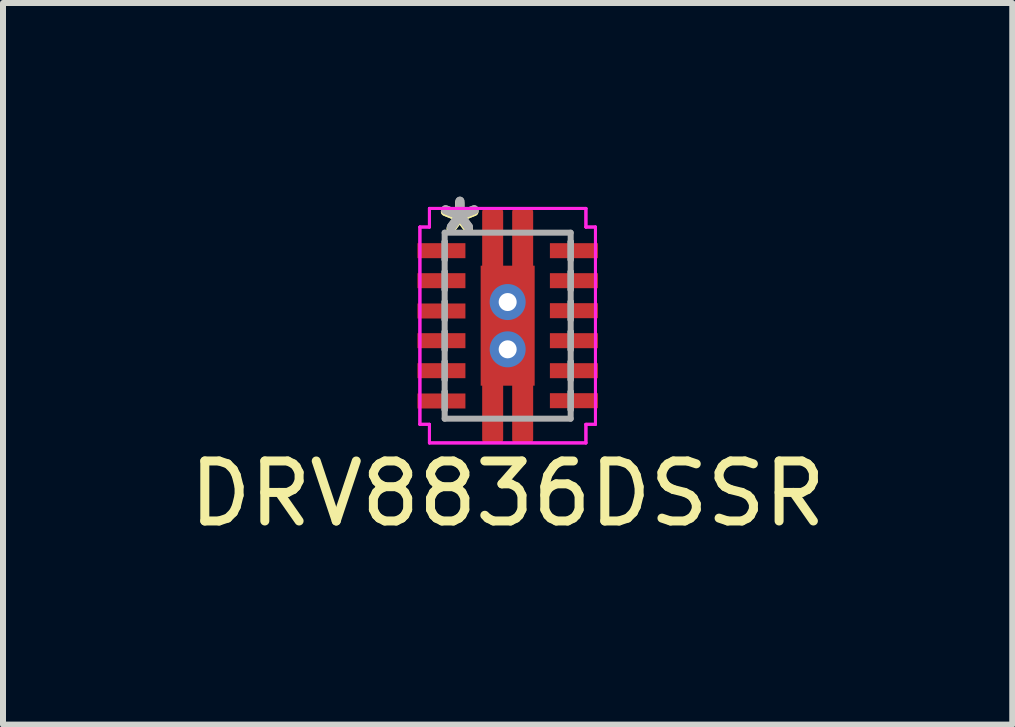
<source format=kicad_pcb>
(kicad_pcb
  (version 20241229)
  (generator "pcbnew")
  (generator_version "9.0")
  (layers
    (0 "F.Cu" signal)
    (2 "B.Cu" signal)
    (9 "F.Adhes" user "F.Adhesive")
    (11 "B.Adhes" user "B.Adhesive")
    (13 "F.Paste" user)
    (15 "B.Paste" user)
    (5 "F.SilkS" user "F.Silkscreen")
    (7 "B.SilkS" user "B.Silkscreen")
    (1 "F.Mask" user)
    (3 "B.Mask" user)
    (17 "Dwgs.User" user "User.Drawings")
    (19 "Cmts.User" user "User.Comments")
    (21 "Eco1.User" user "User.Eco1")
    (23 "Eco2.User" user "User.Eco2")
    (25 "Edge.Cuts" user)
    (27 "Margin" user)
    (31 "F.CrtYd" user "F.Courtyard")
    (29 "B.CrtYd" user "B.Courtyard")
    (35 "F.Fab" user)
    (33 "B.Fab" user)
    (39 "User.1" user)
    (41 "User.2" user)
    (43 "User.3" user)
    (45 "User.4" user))
  (footprint "DRV8836DSSR"
    (layer "F.Cu")
    (at 5.411 2.378)
    (property "Reference" "DRV8836DSSR" (at 0 2.8 0) (layer "F.SilkS") (effects (font (size 1 1) (thickness 0.15))))
    (attr through_hole)
    (fp_poly (pts (xy -0.513 -1.063) (xy -0.2 -1.063) (xy -0.2 1.063) (xy -0.513 1.063)) (stroke (width 0.1) (type solid)) (fill yes) (layer "F.Mask"))
    (fp_poly (pts (xy -0.513 -1.063) (xy 0.513 -1.063) (xy 0.513 -0.594) (xy -0.513 -0.594)) (stroke (width 0.1) (type solid)) (fill yes) (layer "F.Mask"))
    (fp_poly (pts (xy -0.513 -0.194) (xy 0.513 -0.194) (xy 0.513 0.194) (xy -0.513 0.194)) (stroke (width 0.1) (type solid)) (fill yes) (layer "F.Mask"))
    (fp_poly (pts (xy -0.513 0.594) (xy 0.513 0.594) (xy 0.513 1.063) (xy -0.513 1.063)) (stroke (width 0.1) (type solid)) (fill yes) (layer "F.Mask"))
    (fp_poly (pts (xy 0.2 -1.063) (xy 0.513 -1.063) (xy 0.513 1.063) (xy 0.2 1.063)) (stroke (width 0.1) (type solid)) (fill yes) (layer "F.Mask"))
    (fp_poly (pts (xy -1.484 -1.365) (xy -1.484 -1.135) (xy -0.734 -1.135) (xy -0.734 -1.365)) (stroke (width 0.1) (type solid)) (fill yes) (layer "F.Paste"))
    (fp_poly (pts (xy -1.484 -0.865) (xy -1.484 -0.635) (xy -0.734 -0.635) (xy -0.734 -0.865)) (stroke (width 0.1) (type solid)) (fill yes) (layer "F.Paste"))
    (fp_poly (pts (xy -1.484 -0.365) (xy -1.484 -0.135) (xy -0.734 -0.135) (xy -0.734 -0.365)) (stroke (width 0.1) (type solid)) (fill yes) (layer "F.Paste"))
    (fp_poly (pts (xy -1.484 0.135) (xy -1.484 0.365) (xy -0.734 0.365) (xy -0.734 0.135)) (stroke (width 0.1) (type solid)) (fill yes) (layer "F.Paste"))
    (fp_poly (pts (xy -1.484 0.635) (xy -1.484 0.865) (xy -0.734 0.865) (xy -0.734 0.635)) (stroke (width 0.1) (type solid)) (fill yes) (layer "F.Paste"))
    (fp_poly (pts (xy -1.484 1.135) (xy -1.484 1.365) (xy -0.734 1.365) (xy -0.734 1.135)) (stroke (width 0.1) (type solid)) (fill yes) (layer "F.Paste"))
    (fp_poly (pts (xy 0.734 -1.365) (xy 0.734 -1.135) (xy 1.484 -1.135) (xy 1.484 -1.365)) (stroke (width 0.1) (type solid)) (fill yes) (layer "F.Paste"))
    (fp_poly (pts (xy 0.734 -0.865) (xy 0.734 -0.635) (xy 1.484 -0.635) (xy 1.484 -0.865)) (stroke (width 0.1) (type solid)) (fill yes) (layer "F.Paste"))
    (fp_poly (pts (xy 0.734 -0.365) (xy 0.734 -0.135) (xy 1.484 -0.135) (xy 1.484 -0.365)) (stroke (width 0.1) (type solid)) (fill yes) (layer "F.Paste"))
    (fp_poly (pts (xy 0.734 0.135) (xy 0.734 0.365) (xy 1.484 0.365) (xy 1.484 0.135)) (stroke (width 0.1) (type solid)) (fill yes) (layer "F.Paste"))
    (fp_poly (pts (xy 0.734 0.635) (xy 0.734 0.865) (xy 1.484 0.865) (xy 1.484 0.635)) (stroke (width 0.1) (type solid)) (fill yes) (layer "F.Paste"))
    (fp_poly (pts (xy 0.734 1.135) (xy 0.734 1.365) (xy 1.484 1.365) (xy 1.484 1.135)) (stroke (width 0.1) (type solid)) (fill yes) (layer "F.Paste"))
    (fp_poly (pts (xy -0.375 -0.925) (xy -0.375 -0.494) (xy -0.241 -0.494) (xy -0.1 -0.635) (xy -0.1 -0.925)) (stroke (width 0.1) (type solid)) (fill yes) (layer "F.Paste"))
    (fp_poly (pts (xy -0.375 0.494) (xy -0.375 0.925) (xy -0.1 0.925) (xy -0.1 0.635) (xy -0.241 0.494)) (stroke (width 0.1) (type solid)) (fill yes) (layer "F.Paste"))
    (fp_poly (pts (xy 0.1 -0.925) (xy 0.1 -0.635) (xy 0.241 -0.494) (xy 0.375 -0.494) (xy 0.375 -0.925)) (stroke (width 0.1) (type solid)) (fill yes) (layer "F.Paste"))
    (fp_poly (pts (xy 0.241 0.494) (xy 0.1 0.635) (xy 0.1 0.925) (xy 0.375 0.925) (xy 0.375 0.494)) (stroke (width 0.1) (type solid)) (fill yes) (layer "F.Paste"))
    (fp_poly (pts (xy -0.375 -0.294) (xy -0.375 0.294) (xy -0.241 0.294) (xy -0.1 0.152) (xy -0.1 -0.152) (xy -0.241 -0.294)) (stroke (width 0.1) (type solid)) (fill yes) (layer "F.Paste"))
    (fp_poly (pts (xy 0.241 -0.294) (xy 0.1 -0.152) (xy 0.1 0.152) (xy 0.241 0.294) (xy 0.375 0.294) (xy 0.375 -0.294)) (stroke (width 0.1) (type solid)) (fill yes) (layer "F.Paste"))
    (fp_line (start -1.463 -1.644) (end -1.304 -1.644) (stroke (width 0.05) (type solid)) (layer "F.CrtYd"))
    (fp_line (start -1.463 -1.644) (end -1.304 -1.644) (stroke (width 0.05) (type solid)) (layer "F.CrtYd"))
    (fp_line (start -1.463 1.644) (end -1.463 -1.644) (stroke (width 0.05) (type solid)) (layer "F.CrtYd"))
    (fp_line (start -1.463 1.644) (end -1.463 -1.644) (stroke (width 0.05) (type solid)) (layer "F.CrtYd"))
    (fp_line (start -1.463 1.644) (end -1.304 1.644) (stroke (width 0.05) (type solid)) (layer "F.CrtYd"))
    (fp_line (start -1.304 -1.954) (end 1.304 -1.954) (stroke (width 0.05) (type solid)) (layer "F.CrtYd"))
    (fp_line (start -1.304 -1.954) (end 1.304 -1.954) (stroke (width 0.05) (type solid)) (layer "F.CrtYd"))
    (fp_line (start -1.304 -1.644) (end -1.304 -1.954) (stroke (width 0.05) (type solid)) (layer "F.CrtYd"))
    (fp_line (start -1.304 -1.644) (end -1.304 -1.954) (stroke (width 0.05) (type solid)) (layer "F.CrtYd"))
    (fp_line (start -1.304 1.644) (end -1.463 1.644) (stroke (width 0.05) (type solid)) (layer "F.CrtYd"))
    (fp_line (start -1.304 1.954) (end -1.304 1.644) (stroke (width 0.05) (type solid)) (layer "F.CrtYd"))
    (fp_line (start -1.304 1.954) (end -1.304 1.644) (stroke (width 0.05) (type solid)) (layer "F.CrtYd"))
    (fp_line (start 1.304 -1.954) (end 1.304 -1.644) (stroke (width 0.05) (type solid)) (layer "F.CrtYd"))
    (fp_line (start 1.304 -1.954) (end 1.304 -1.644) (stroke (width 0.05) (type solid)) (layer "F.CrtYd"))
    (fp_line (start 1.304 -1.644) (end 1.463 -1.644) (stroke (width 0.05) (type solid)) (layer "F.CrtYd"))
    (fp_line (start 1.304 1.644) (end 1.304 1.954) (stroke (width 0.05) (type solid)) (layer "F.CrtYd"))
    (fp_line (start 1.304 1.644) (end 1.304 1.954) (stroke (width 0.05) (type solid)) (layer "F.CrtYd"))
    (fp_line (start 1.304 1.954) (end -1.304 1.954) (stroke (width 0.05) (type solid)) (layer "F.CrtYd"))
    (fp_line (start 1.304 1.954) (end -1.304 1.954) (stroke (width 0.05) (type solid)) (layer "F.CrtYd"))
    (fp_line (start 1.463 -1.644) (end 1.304 -1.644) (stroke (width 0.05) (type solid)) (layer "F.CrtYd"))
    (fp_line (start 1.463 -1.644) (end 1.463 1.644) (stroke (width 0.05) (type solid)) (layer "F.CrtYd"))
    (fp_line (start 1.463 -1.644) (end 1.463 1.644) (stroke (width 0.05) (type solid)) (layer "F.CrtYd"))
    (fp_line (start 1.463 1.644) (end 1.304 1.644) (stroke (width 0.05) (type solid)) (layer "F.CrtYd"))
    (fp_line (start 1.463 1.644) (end 1.304 1.644) (stroke (width 0.05) (type solid)) (layer "F.CrtYd"))
    (fp_line (start -1.05 -1.55) (end -1.05 1.55) (stroke (width 0.1) (type solid)) (layer "F.Fab"))
    (fp_line (start -1.05 -1.4) (end -1.05 -1.4) (stroke (width 0.1) (type solid)) (layer "F.Fab"))
    (fp_line (start -1.05 -1.4) (end -1.05 -1.1) (stroke (width 0.1) (type solid)) (layer "F.Fab"))
    (fp_line (start -1.05 -1.1) (end -1.05 -1.4) (stroke (width 0.1) (type solid)) (layer "F.Fab"))
    (fp_line (start -1.05 -1.1) (end -1.05 -1.1) (stroke (width 0.1) (type solid)) (layer "F.Fab"))
    (fp_line (start -1.05 -0.9) (end -1.05 -0.9) (stroke (width 0.1) (type solid)) (layer "F.Fab"))
    (fp_line (start -1.05 -0.9) (end -1.05 -0.6) (stroke (width 0.1) (type solid)) (layer "F.Fab"))
    (fp_line (start -1.05 -0.6) (end -1.05 -0.9) (stroke (width 0.1) (type solid)) (layer "F.Fab"))
    (fp_line (start -1.05 -0.6) (end -1.05 -0.6) (stroke (width 0.1) (type solid)) (layer "F.Fab"))
    (fp_line (start -1.05 -0.4) (end -1.05 -0.4) (stroke (width 0.1) (type solid)) (layer "F.Fab"))
    (fp_line (start -1.05 -0.4) (end -1.05 -0.1) (stroke (width 0.1) (type solid)) (layer "F.Fab"))
    (fp_line (start -1.05 -0.1) (end -1.05 -0.4) (stroke (width 0.1) (type solid)) (layer "F.Fab"))
    (fp_line (start -1.05 -0.1) (end -1.05 -0.1) (stroke (width 0.1) (type solid)) (layer "F.Fab"))
    (fp_line (start -1.05 0.1) (end -1.05 0.1) (stroke (width 0.1) (type solid)) (layer "F.Fab"))
    (fp_line (start -1.05 0.1) (end -1.05 0.4) (stroke (width 0.1) (type solid)) (layer "F.Fab"))
    (fp_line (start -1.05 0.4) (end -1.05 0.1) (stroke (width 0.1) (type solid)) (layer "F.Fab"))
    (fp_line (start -1.05 0.4) (end -1.05 0.4) (stroke (width 0.1) (type solid)) (layer "F.Fab"))
    (fp_line (start -1.05 0.6) (end -1.05 0.6) (stroke (width 0.1) (type solid)) (layer "F.Fab"))
    (fp_line (start -1.05 0.6) (end -1.05 0.9) (stroke (width 0.1) (type solid)) (layer "F.Fab"))
    (fp_line (start -1.05 0.9) (end -1.05 0.6) (stroke (width 0.1) (type solid)) (layer "F.Fab"))
    (fp_line (start -1.05 0.9) (end -1.05 0.9) (stroke (width 0.1) (type solid)) (layer "F.Fab"))
    (fp_line (start -1.05 1.1) (end -1.05 1.1) (stroke (width 0.1) (type solid)) (layer "F.Fab"))
    (fp_line (start -1.05 1.1) (end -1.05 1.4) (stroke (width 0.1) (type solid)) (layer "F.Fab"))
    (fp_line (start -1.05 1.4) (end -1.05 1.1) (stroke (width 0.1) (type solid)) (layer "F.Fab"))
    (fp_line (start -1.05 1.4) (end -1.05 1.4) (stroke (width 0.1) (type solid)) (layer "F.Fab"))
    (fp_line (start -1.05 1.55) (end 1.05 1.55) (stroke (width 0.1) (type solid)) (layer "F.Fab"))
    (fp_line (start 1.05 -1.55) (end -1.05 -1.55) (stroke (width 0.1) (type solid)) (layer "F.Fab"))
    (fp_line (start 1.05 -1.4) (end 1.05 -1.4) (stroke (width 0.1) (type solid)) (layer "F.Fab"))
    (fp_line (start 1.05 -1.4) (end 1.05 -1.1) (stroke (width 0.1) (type solid)) (layer "F.Fab"))
    (fp_line (start 1.05 -1.1) (end 1.05 -1.4) (stroke (width 0.1) (type solid)) (layer "F.Fab"))
    (fp_line (start 1.05 -1.1) (end 1.05 -1.1) (stroke (width 0.1) (type solid)) (layer "F.Fab"))
    (fp_line (start 1.05 -0.9) (end 1.05 -0.9) (stroke (width 0.1) (type solid)) (layer "F.Fab"))
    (fp_line (start 1.05 -0.9) (end 1.05 -0.6) (stroke (width 0.1) (type solid)) (layer "F.Fab"))
    (fp_line (start 1.05 -0.6) (end 1.05 -0.9) (stroke (width 0.1) (type solid)) (layer "F.Fab"))
    (fp_line (start 1.05 -0.6) (end 1.05 -0.6) (stroke (width 0.1) (type solid)) (layer "F.Fab"))
    (fp_line (start 1.05 -0.4) (end 1.05 -0.4) (stroke (width 0.1) (type solid)) (layer "F.Fab"))
    (fp_line (start 1.05 -0.4) (end 1.05 -0.1) (stroke (width 0.1) (type solid)) (layer "F.Fab"))
    (fp_line (start 1.05 -0.1) (end 1.05 -0.4) (stroke (width 0.1) (type solid)) (layer "F.Fab"))
    (fp_line (start 1.05 -0.1) (end 1.05 -0.1) (stroke (width 0.1) (type solid)) (layer "F.Fab"))
    (fp_line (start 1.05 0.1) (end 1.05 0.1) (stroke (width 0.1) (type solid)) (layer "F.Fab"))
    (fp_line (start 1.05 0.1) (end 1.05 0.4) (stroke (width 0.1) (type solid)) (layer "F.Fab"))
    (fp_line (start 1.05 0.4) (end 1.05 0.1) (stroke (width 0.1) (type solid)) (layer "F.Fab"))
    (fp_line (start 1.05 0.4) (end 1.05 0.4) (stroke (width 0.1) (type solid)) (layer "F.Fab"))
    (fp_line (start 1.05 0.6) (end 1.05 0.6) (stroke (width 0.1) (type solid)) (layer "F.Fab"))
    (fp_line (start 1.05 0.6) (end 1.05 0.9) (stroke (width 0.1) (type solid)) (layer "F.Fab"))
    (fp_line (start 1.05 0.9) (end 1.05 0.6) (stroke (width 0.1) (type solid)) (layer "F.Fab"))
    (fp_line (start 1.05 0.9) (end 1.05 0.9) (stroke (width 0.1) (type solid)) (layer "F.Fab"))
    (fp_line (start 1.05 1.1) (end 1.05 1.1) (stroke (width 0.1) (type solid)) (layer "F.Fab"))
    (fp_line (start 1.05 1.1) (end 1.05 1.4) (stroke (width 0.1) (type solid)) (layer "F.Fab"))
    (fp_line (start 1.05 1.4) (end 1.05 1.1) (stroke (width 0.1) (type solid)) (layer "F.Fab"))
    (fp_line (start 1.05 1.4) (end 1.05 1.4) (stroke (width 0.1) (type solid)) (layer "F.Fab"))
    (fp_line (start 1.05 1.55) (end 1.05 -1.55) (stroke (width 0.1) (type solid)) (layer "F.Fab"))
    (fp_text user "*" (at -0.8 -1.5 0) (layer "F.SilkS") (effects (font (size 1 1) (thickness 0.15))))
    (fp_text user "*" (at -0.8 -1.5 0) (layer "F.SilkS") (effects (font (size 1 1) (thickness 0.15))))
    (fp_text user "*" (at -0.796 -1.53 0) (layer "F.Fab") (effects (font (size 1 1) (thickness 0.15))))
    (fp_text user "*" (at -0.796 -1.53 0) (layer "F.Fab") (effects (font (size 1 1) (thickness 0.15))))
    (pad "1" smd rect (at -1.104 -1.25) (size 0.8 0.25) (layers "F.Cu" "F.Mask" "F.Paste"))
    (pad "2" smd rect (at -1.104 -0.75) (size 0.8 0.25) (layers "F.Cu" "F.Mask" "F.Paste"))
    (pad "3" smd rect (at -1.104 -0.245) (size 0.8 0.25) (layers "F.Cu" "F.Mask" "F.Paste"))
    (pad "4" smd rect (at -1.104 0.25) (size 0.8 0.25) (layers "F.Cu" "F.Mask" "F.Paste"))
    (pad "5" smd rect (at -1.104 0.75) (size 0.8 0.25) (layers "F.Cu" "F.Mask" "F.Paste"))
    (pad "6" smd rect (at -1.104 1.255) (size 0.8 0.25) (layers "F.Cu" "F.Mask" "F.Paste"))
    (pad "7" smd rect (at 1.104 1.25) (size 0.8 0.25) (layers "F.Cu" "F.Mask" "F.Paste"))
    (pad "8" smd rect (at 1.104 0.75) (size 0.8 0.25) (layers "F.Cu" "F.Mask" "F.Paste"))
    (pad "9" smd rect (at 1.104 0.25) (size 0.8 0.25) (layers "F.Cu" "F.Mask" "F.Paste"))
    (pad "10" smd rect (at 1.104 -0.25) (size 0.8 0.25) (layers "F.Cu" "F.Mask" "F.Paste"))
    (pad "11" smd rect (at 1.104 -0.75) (size 0.8 0.25) (layers "F.Cu" "F.Mask" "F.Paste"))
    (pad "12" smd rect (at 1.104 -1.25) (size 0.8 0.25) (layers "F.Cu" "F.Mask" "F.Paste"))
    (pad "13" smd roundrect (at -0.25 -1.45 90) (size 1 0.35) (layers "F.Cu" "F.Mask" "F.Paste") (roundrect_rratio 0.143))
    (pad "13" smd roundrect (at -0.25 1.45 90) (size 1 0.35) (layers "F.Cu" "F.Mask" "F.Paste") (roundrect_rratio 0.143))
    (pad "13" thru_hole circle (at 0 -0.394) (size 0.6 0.6) (drill 0.3) (layers "*.Cu" "*.Mask"))
    (pad "13" smd rect (at 0 0) (size 0.9 2) (layers "F.Cu"))
    (pad "13" thru_hole circle (at 0 0.394) (size 0.6 0.6) (drill 0.3) (layers "*.Cu" "*.Mask"))
    (pad "13" smd roundrect (at 0.25 -1.45 90) (size 1 0.35) (layers "F.Cu" "F.Mask" "F.Paste") (roundrect_rratio 0.143))
    (pad "13" smd roundrect (at 0.25 1.45 90) (size 1 0.35) (layers "F.Cu" "F.Mask" "F.Paste") (roundrect_rratio 0.143)))
  (gr_rect
    (start -3 -3)
    (end 13.821 9.026)
    (stroke (width 0.1) (type default))
    (fill no)
    (layer "Edge.Cuts")))
</source>
